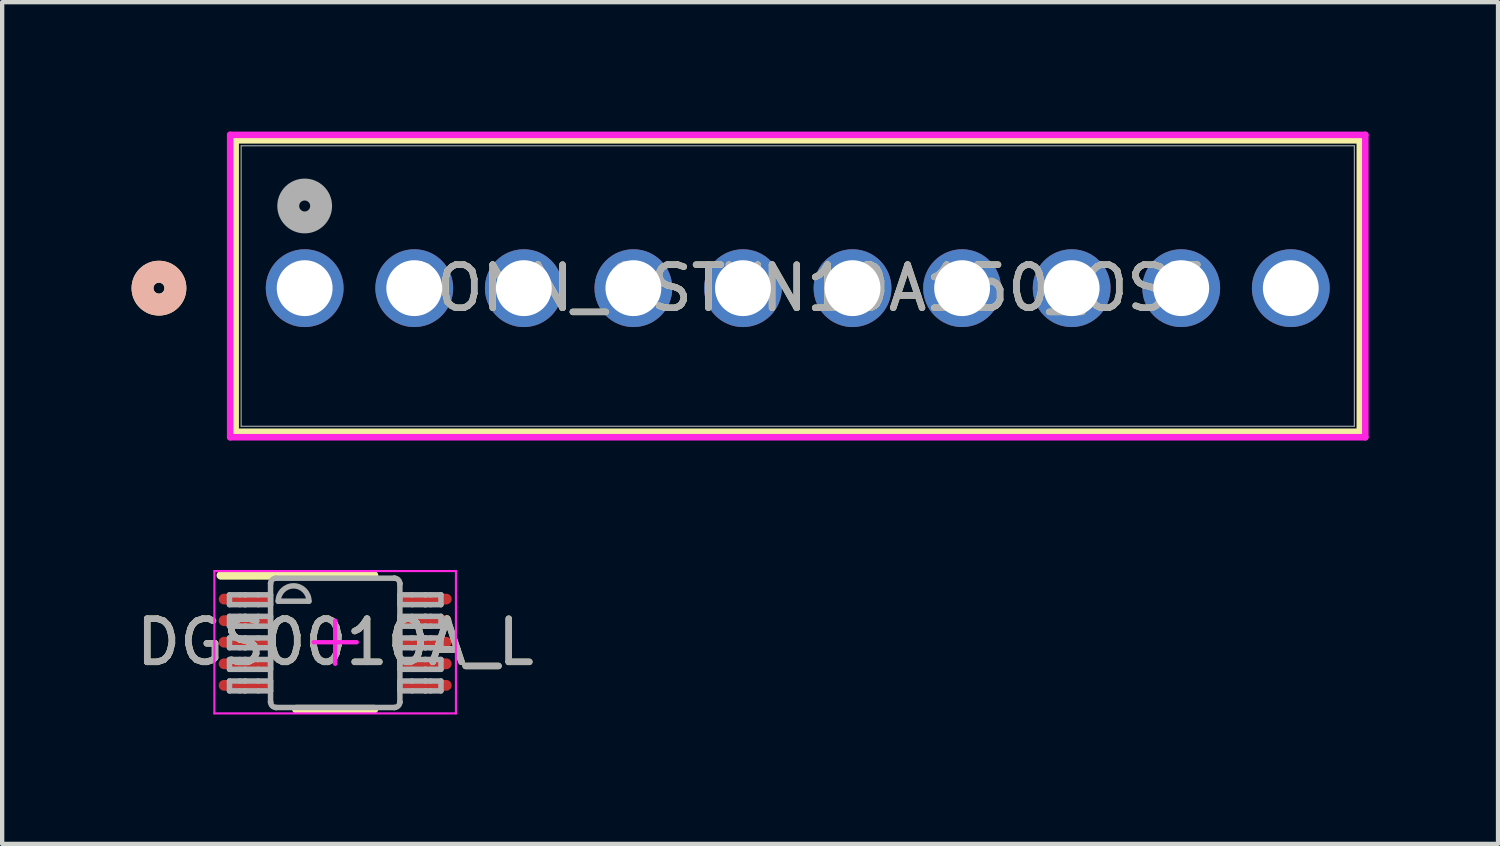
<source format=kicad_pcb>
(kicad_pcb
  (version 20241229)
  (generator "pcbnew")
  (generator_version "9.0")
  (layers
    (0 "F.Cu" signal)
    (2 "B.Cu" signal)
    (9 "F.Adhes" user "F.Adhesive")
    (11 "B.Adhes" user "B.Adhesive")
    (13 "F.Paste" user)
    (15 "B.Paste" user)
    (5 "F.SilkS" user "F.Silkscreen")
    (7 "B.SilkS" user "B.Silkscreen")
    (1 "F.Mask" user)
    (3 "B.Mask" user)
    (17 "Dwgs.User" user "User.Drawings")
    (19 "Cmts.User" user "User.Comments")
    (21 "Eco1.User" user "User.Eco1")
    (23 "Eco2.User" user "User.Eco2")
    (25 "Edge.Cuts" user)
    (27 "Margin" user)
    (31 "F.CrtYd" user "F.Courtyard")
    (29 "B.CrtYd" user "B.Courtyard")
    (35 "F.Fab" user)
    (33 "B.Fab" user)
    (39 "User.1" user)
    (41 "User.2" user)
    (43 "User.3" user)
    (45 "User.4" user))
  (footprint "CONN_OSTVN10A150_OST"
    (layer "F.Cu")
    (at 4.013 3.63)
    (property "Reference" "CONN_OSTVN10A150_OST" (at 11.43 0 0) (unlocked yes) (layer "F.SilkS") (effects (font (size 1 1) (thickness 0.15))))
    (attr through_hole)
    (fp_line (start -1.6 -3.427) (end -1.6 3.329) (stroke (width 0.152) (type solid)) (layer "F.SilkS"))
    (fp_line (start -1.6 3.329) (end 24.46 3.329) (stroke (width 0.152) (type solid)) (layer "F.SilkS"))
    (fp_line (start 24.46 -3.427) (end -1.6 -3.427) (stroke (width 0.152) (type solid)) (layer "F.SilkS"))
    (fp_line (start 24.46 3.329) (end 24.46 -3.427) (stroke (width 0.152) (type solid)) (layer "F.SilkS"))
    (fp_circle (center -3.378 0) (end -2.997 0) (stroke (width 0.508) (type solid)) (fill no) (layer "F.SilkS"))
    (fp_circle (center -3.378 0) (end -2.997 0) (stroke (width 0.508) (type solid)) (fill no) (layer "B.SilkS"))
    (fp_line (start -1.727 -3.554) (end -1.727 3.456) (stroke (width 0.152) (type solid)) (layer "F.CrtYd"))
    (fp_line (start -1.727 3.456) (end 24.587 3.456) (stroke (width 0.152) (type solid)) (layer "F.CrtYd"))
    (fp_line (start 24.587 -3.554) (end -1.727 -3.554) (stroke (width 0.152) (type solid)) (layer "F.CrtYd"))
    (fp_line (start 24.587 3.456) (end 24.587 -3.554) (stroke (width 0.152) (type solid)) (layer "F.CrtYd"))
    (fp_line (start -1.473 -3.3) (end -1.473 3.202) (stroke (width 0.025) (type solid)) (layer "F.Fab"))
    (fp_line (start -1.473 3.202) (end 24.333 3.202) (stroke (width 0.025) (type solid)) (layer "F.Fab"))
    (fp_line (start 24.333 -3.3) (end -1.473 -3.3) (stroke (width 0.025) (type solid)) (layer "F.Fab"))
    (fp_line (start 24.333 3.202) (end 24.333 -3.3) (stroke (width 0.025) (type solid)) (layer "F.Fab"))
    (fp_circle (center 0 -1.905) (end 0.381 -1.905) (stroke (width 0.508) (type solid)) (fill no) (layer "F.Fab"))
    (fp_text user "${REFERENCE}" (at 11.43 0 0) (unlocked yes) (layer "F.Fab") (effects (font (size 1 1) (thickness 0.15))))
    (pad "1" thru_hole circle (at 0 0) (size 1.803 1.803) (drill 1.295) (layers "*.Cu" "*.Mask"))
    (pad "2" thru_hole circle (at 2.54 0) (size 1.803 1.803) (drill 1.295) (layers "*.Cu" "*.Mask"))
    (pad "3" thru_hole circle (at 5.08 0) (size 1.803 1.803) (drill 1.295) (layers "*.Cu" "*.Mask"))
    (pad "4" thru_hole circle (at 7.62 0) (size 1.803 1.803) (drill 1.295) (layers "*.Cu" "*.Mask"))
    (pad "5" thru_hole circle (at 10.16 0) (size 1.803 1.803) (drill 1.295) (layers "*.Cu" "*.Mask"))
    (pad "6" thru_hole circle (at 12.7 0) (size 1.803 1.803) (drill 1.295) (layers "*.Cu" "*.Mask"))
    (pad "7" thru_hole circle (at 15.24 0) (size 1.803 1.803) (drill 1.295) (layers "*.Cu" "*.Mask"))
    (pad "8" thru_hole circle (at 17.78 0) (size 1.803 1.803) (drill 1.295) (layers "*.Cu" "*.Mask"))
    (pad "9" thru_hole circle (at 20.32 0) (size 1.803 1.803) (drill 1.295) (layers "*.Cu" "*.Mask"))
    (pad "10" thru_hole circle (at 22.86 0) (size 1.803 1.803) (drill 1.295) (layers "*.Cu" "*.Mask")))
  (footprint "DGS0010A_L"
    (layer "F.Cu")
    (at 4.72 11.838)
    (property "Reference" "DGS0010A_L" (at 0 0 0) (unlocked yes) (layer "F.SilkS") (effects (font (size 1 1) (thickness 0.15))))
    (attr smd)
    (fp_line (start -2.65 -1.55) (end 0.9 -1.55) (stroke (width 0.2) (type solid)) (layer "F.SilkS"))
    (fp_line (start -0.9 1.55) (end 0.9 1.55) (stroke (width 0.2) (type solid)) (layer "F.SilkS"))
    (fp_line (start -2.8 -1.65) (end 2.8 -1.65) (stroke (width 0.05) (type solid)) (layer "F.CrtYd"))
    (fp_line (start -2.8 1.65) (end -2.8 -1.65) (stroke (width 0.05) (type solid)) (layer "F.CrtYd"))
    (fp_line (start -2.8 1.65) (end 2.8 1.65) (stroke (width 0.05) (type solid)) (layer "F.CrtYd"))
    (fp_line (start -0.5 0.000003) (end 0.5 0.000003) (stroke (width 0.1) (type solid)) (layer "F.CrtYd"))
    (fp_line (start 0 0.5) (end 0 -0.5) (stroke (width 0.1) (type solid)) (layer "F.CrtYd"))
    (fp_line (start 2.8 1.65) (end 2.8 -1.65) (stroke (width 0.05) (type solid)) (layer "F.CrtYd"))
    (fp_line (start -2.45 -1.1) (end -2.21 -1.1) (stroke (width 0.127) (type solid)) (layer "F.Fab"))
    (fp_line (start -2.45 -0.871) (end -2.45 -1.1) (stroke (width 0.127) (type solid)) (layer "F.Fab"))
    (fp_line (start -2.45 -0.871) (end -2.21 -0.871) (stroke (width 0.127) (type solid)) (layer "F.Fab"))
    (fp_line (start -2.45 -0.6) (end -2.21 -0.6) (stroke (width 0.127) (type solid)) (layer "F.Fab"))
    (fp_line (start -2.45 -0.372) (end -2.45 -0.6) (stroke (width 0.127) (type solid)) (layer "F.Fab"))
    (fp_line (start -2.45 -0.372) (end -2.21 -0.372) (stroke (width 0.127) (type solid)) (layer "F.Fab"))
    (fp_line (start -2.45 -0.1) (end -2.21 -0.1) (stroke (width 0.127) (type solid)) (layer "F.Fab"))
    (fp_line (start -2.45 0.128) (end -2.45 -0.1) (stroke (width 0.127) (type solid)) (layer "F.Fab"))
    (fp_line (start -2.45 0.128) (end -2.21 0.128) (stroke (width 0.127) (type solid)) (layer "F.Fab"))
    (fp_line (start -2.45 0.4) (end -2.21 0.4) (stroke (width 0.127) (type solid)) (layer "F.Fab"))
    (fp_line (start -2.45 0.628) (end -2.45 0.4) (stroke (width 0.127) (type solid)) (layer "F.Fab"))
    (fp_line (start -2.45 0.628) (end -2.21 0.628) (stroke (width 0.127) (type solid)) (layer "F.Fab"))
    (fp_line (start -2.45 0.899) (end -2.21 0.899) (stroke (width 0.127) (type solid)) (layer "F.Fab"))
    (fp_line (start -2.45 1.128) (end -2.45 0.899) (stroke (width 0.127) (type solid)) (layer "F.Fab"))
    (fp_line (start -2.45 1.128) (end -2.21 1.128) (stroke (width 0.127) (type solid)) (layer "F.Fab"))
    (fp_line (start -2.21 -1.1) (end -2.09 -1.1) (stroke (width 0.127) (type solid)) (layer "F.Fab"))
    (fp_line (start -2.21 -0.871) (end -2.09 -0.871) (stroke (width 0.127) (type solid)) (layer "F.Fab"))
    (fp_line (start -2.21 -0.6) (end -2.09 -0.6) (stroke (width 0.127) (type solid)) (layer "F.Fab"))
    (fp_line (start -2.21 -0.372) (end -2.09 -0.372) (stroke (width 0.127) (type solid)) (layer "F.Fab"))
    (fp_line (start -2.21 -0.1) (end -2.09 -0.1) (stroke (width 0.127) (type solid)) (layer "F.Fab"))
    (fp_line (start -2.21 0.128) (end -2.09 0.128) (stroke (width 0.127) (type solid)) (layer "F.Fab"))
    (fp_line (start -2.21 0.4) (end -2.09 0.4) (stroke (width 0.127) (type solid)) (layer "F.Fab"))
    (fp_line (start -2.21 0.628) (end -2.09 0.628) (stroke (width 0.127) (type solid)) (layer "F.Fab"))
    (fp_line (start -2.21 0.899) (end -2.09 0.899) (stroke (width 0.127) (type solid)) (layer "F.Fab"))
    (fp_line (start -2.21 1.128) (end -2.09 1.128) (stroke (width 0.127) (type solid)) (layer "F.Fab"))
    (fp_line (start -2.09 -1.1) (end -2.087 -1.1) (stroke (width 0.127) (type solid)) (layer "F.Fab"))
    (fp_line (start -2.09 -0.871) (end -2.087 -0.871) (stroke (width 0.127) (type solid)) (layer "F.Fab"))
    (fp_line (start -2.09 -0.6) (end -2.087 -0.6) (stroke (width 0.127) (type solid)) (layer "F.Fab"))
    (fp_line (start -2.09 -0.372) (end -2.087 -0.372) (stroke (width 0.127) (type solid)) (layer "F.Fab"))
    (fp_line (start -2.09 -0.1) (end -2.087 -0.1) (stroke (width 0.127) (type solid)) (layer "F.Fab"))
    (fp_line (start -2.09 0.128) (end -2.087 0.128) (stroke (width 0.127) (type solid)) (layer "F.Fab"))
    (fp_line (start -2.09 0.4) (end -2.087 0.4) (stroke (width 0.127) (type solid)) (layer "F.Fab"))
    (fp_line (start -2.09 0.628) (end -2.087 0.628) (stroke (width 0.127) (type solid)) (layer "F.Fab"))
    (fp_line (start -2.09 0.899) (end -2.087 0.899) (stroke (width 0.127) (type solid)) (layer "F.Fab"))
    (fp_line (start -2.09 1.128) (end -2.087 1.128) (stroke (width 0.127) (type solid)) (layer "F.Fab"))
    (fp_line (start -2.087 -1.1) (end -1.784 -1.1) (stroke (width 0.127) (type solid)) (layer "F.Fab"))
    (fp_line (start -2.087 -0.871) (end -1.784 -0.871) (stroke (width 0.127) (type solid)) (layer "F.Fab"))
    (fp_line (start -2.087 -0.6) (end -1.784 -0.6) (stroke (width 0.127) (type solid)) (layer "F.Fab"))
    (fp_line (start -2.087 -0.372) (end -1.784 -0.372) (stroke (width 0.127) (type solid)) (layer "F.Fab"))
    (fp_line (start -2.087 -0.1) (end -1.784 -0.1) (stroke (width 0.127) (type solid)) (layer "F.Fab"))
    (fp_line (start -2.087 0.128) (end -1.784 0.128) (stroke (width 0.127) (type solid)) (layer "F.Fab"))
    (fp_line (start -2.087 0.4) (end -1.784 0.4) (stroke (width 0.127) (type solid)) (layer "F.Fab"))
    (fp_line (start -2.087 0.628) (end -1.784 0.628) (stroke (width 0.127) (type solid)) (layer "F.Fab"))
    (fp_line (start -2.087 0.899) (end -1.784 0.899) (stroke (width 0.127) (type solid)) (layer "F.Fab"))
    (fp_line (start -2.087 1.128) (end -1.784 1.128) (stroke (width 0.127) (type solid)) (layer "F.Fab"))
    (fp_line (start -1.784 -1.1) (end -1.498 -1.1) (stroke (width 0.127) (type solid)) (layer "F.Fab"))
    (fp_line (start -1.784 -0.871) (end -1.498 -0.871) (stroke (width 0.127) (type solid)) (layer "F.Fab"))
    (fp_line (start -1.784 -0.6) (end -1.498 -0.6) (stroke (width 0.127) (type solid)) (layer "F.Fab"))
    (fp_line (start -1.784 -0.372) (end -1.498 -0.372) (stroke (width 0.127) (type solid)) (layer "F.Fab"))
    (fp_line (start -1.784 -0.1) (end -1.498 -0.1) (stroke (width 0.127) (type solid)) (layer "F.Fab"))
    (fp_line (start -1.784 0.128) (end -1.498 0.128) (stroke (width 0.127) (type solid)) (layer "F.Fab"))
    (fp_line (start -1.784 0.4) (end -1.498 0.4) (stroke (width 0.127) (type solid)) (layer "F.Fab"))
    (fp_line (start -1.784 0.628) (end -1.498 0.628) (stroke (width 0.127) (type solid)) (layer "F.Fab"))
    (fp_line (start -1.784 0.899) (end -1.498 0.899) (stroke (width 0.127) (type solid)) (layer "F.Fab"))
    (fp_line (start -1.784 1.128) (end -1.498 1.128) (stroke (width 0.127) (type solid)) (layer "F.Fab"))
    (fp_line (start -1.498 -1.358) (end -1.497 -1.36) (stroke (width 0.127) (type solid)) (layer "F.Fab"))
    (fp_line (start -1.498 -0.871) (end -1.498 -1.1) (stroke (width 0.127) (type solid)) (layer "F.Fab"))
    (fp_line (start -1.498 -0.372) (end -1.498 -0.6) (stroke (width 0.127) (type solid)) (layer "F.Fab"))
    (fp_line (start -1.498 0.128) (end -1.498 -0.1) (stroke (width 0.127) (type solid)) (layer "F.Fab"))
    (fp_line (start -1.498 0.628) (end -1.498 0.4) (stroke (width 0.127) (type solid)) (layer "F.Fab"))
    (fp_line (start -1.498 1.128) (end -1.498 0.899) (stroke (width 0.127) (type solid)) (layer "F.Fab"))
    (fp_line (start -1.498 1.386) (end -1.498 -1.358) (stroke (width 0.127) (type solid)) (layer "F.Fab"))
    (fp_line (start -1.498 1.386) (end -1.497 1.388) (stroke (width 0.127) (type solid)) (layer "F.Fab"))
    (fp_line (start -1.373 -1.485) (end -1.371 -1.485) (stroke (width 0.127) (type solid)) (layer "F.Fab"))
    (fp_line (start -1.373 1.513) (end -1.371 1.513) (stroke (width 0.127) (type solid)) (layer "F.Fab"))
    (fp_line (start -1.371 -1.485) (end 1.373 -1.485) (stroke (width 0.127) (type solid)) (layer "F.Fab"))
    (fp_line (start -1.371 1.513) (end 1.373 1.513) (stroke (width 0.127) (type solid)) (layer "F.Fab"))
    (fp_line (start -1.32 -0.951) (end -0.609 -0.951) (stroke (width 0.127) (type solid)) (layer "F.Fab"))
    (fp_line (start 1.373 -1.485) (end 1.375 -1.485) (stroke (width 0.127) (type solid)) (layer "F.Fab"))
    (fp_line (start 1.373 1.513) (end 1.375 1.513) (stroke (width 0.127) (type solid)) (layer "F.Fab"))
    (fp_line (start 1.5 -1.36) (end 1.5 -1.358) (stroke (width 0.127) (type solid)) (layer "F.Fab"))
    (fp_line (start 1.5 1.388) (end 1.5 1.386) (stroke (width 0.127) (type solid)) (layer "F.Fab"))
    (fp_line (start 1.5 -1.1) (end 1.786 -1.1) (stroke (width 0.127) (type solid)) (layer "F.Fab"))
    (fp_line (start 1.5 -0.871) (end 1.5 -1.1) (stroke (width 0.127) (type solid)) (layer "F.Fab"))
    (fp_line (start 1.5 -0.871) (end 1.786 -0.871) (stroke (width 0.127) (type solid)) (layer "F.Fab"))
    (fp_line (start 1.5 -0.6) (end 1.786 -0.6) (stroke (width 0.127) (type solid)) (layer "F.Fab"))
    (fp_line (start 1.5 -0.372) (end 1.5 -0.6) (stroke (width 0.127) (type solid)) (layer "F.Fab"))
    (fp_line (start 1.5 -0.372) (end 1.786 -0.372) (stroke (width 0.127) (type solid)) (layer "F.Fab"))
    (fp_line (start 1.5 -0.1) (end 1.786 -0.1) (stroke (width 0.127) (type solid)) (layer "F.Fab"))
    (fp_line (start 1.5 0.128) (end 1.5 -0.1) (stroke (width 0.127) (type solid)) (layer "F.Fab"))
    (fp_line (start 1.5 0.128) (end 1.786 0.128) (stroke (width 0.127) (type solid)) (layer "F.Fab"))
    (fp_line (start 1.5 0.4) (end 1.786 0.4) (stroke (width 0.127) (type solid)) (layer "F.Fab"))
    (fp_line (start 1.5 0.628) (end 1.5 0.4) (stroke (width 0.127) (type solid)) (layer "F.Fab"))
    (fp_line (start 1.5 0.628) (end 1.786 0.628) (stroke (width 0.127) (type solid)) (layer "F.Fab"))
    (fp_line (start 1.5 0.899) (end 1.786 0.899) (stroke (width 0.127) (type solid)) (layer "F.Fab"))
    (fp_line (start 1.5 1.128) (end 1.5 0.899) (stroke (width 0.127) (type solid)) (layer "F.Fab"))
    (fp_line (start 1.5 1.128) (end 1.786 1.128) (stroke (width 0.127) (type solid)) (layer "F.Fab"))
    (fp_line (start 1.5 1.386) (end 1.5 -1.358) (stroke (width 0.127) (type solid)) (layer "F.Fab"))
    (fp_line (start 1.786 -1.1) (end 2.089 -1.1) (stroke (width 0.127) (type solid)) (layer "F.Fab"))
    (fp_line (start 1.786 -0.871) (end 2.089 -0.871) (stroke (width 0.127) (type solid)) (layer "F.Fab"))
    (fp_line (start 1.786 -0.6) (end 2.089 -0.6) (stroke (width 0.127) (type solid)) (layer "F.Fab"))
    (fp_line (start 1.786 -0.372) (end 2.089 -0.372) (stroke (width 0.127) (type solid)) (layer "F.Fab"))
    (fp_line (start 1.786 -0.1) (end 2.089 -0.1) (stroke (width 0.127) (type solid)) (layer "F.Fab"))
    (fp_line (start 1.786 0.128) (end 2.089 0.128) (stroke (width 0.127) (type solid)) (layer "F.Fab"))
    (fp_line (start 1.786 0.4) (end 2.089 0.4) (stroke (width 0.127) (type solid)) (layer "F.Fab"))
    (fp_line (start 1.786 0.628) (end 2.089 0.628) (stroke (width 0.127) (type solid)) (layer "F.Fab"))
    (fp_line (start 1.786 0.899) (end 2.089 0.899) (stroke (width 0.127) (type solid)) (layer "F.Fab"))
    (fp_line (start 1.786 1.128) (end 2.089 1.128) (stroke (width 0.127) (type solid)) (layer "F.Fab"))
    (fp_line (start 2.089 -1.1) (end 2.093 -1.1) (stroke (width 0.127) (type solid)) (layer "F.Fab"))
    (fp_line (start 2.089 -0.871) (end 2.093 -0.871) (stroke (width 0.127) (type solid)) (layer "F.Fab"))
    (fp_line (start 2.089 -0.6) (end 2.093 -0.6) (stroke (width 0.127) (type solid)) (layer "F.Fab"))
    (fp_line (start 2.089 -0.372) (end 2.093 -0.372) (stroke (width 0.127) (type solid)) (layer "F.Fab"))
    (fp_line (start 2.089 -0.1) (end 2.093 -0.1) (stroke (width 0.127) (type solid)) (layer "F.Fab"))
    (fp_line (start 2.089 0.128) (end 2.093 0.128) (stroke (width 0.127) (type solid)) (layer "F.Fab"))
    (fp_line (start 2.089 0.4) (end 2.093 0.4) (stroke (width 0.127) (type solid)) (layer "F.Fab"))
    (fp_line (start 2.089 0.628) (end 2.093 0.628) (stroke (width 0.127) (type solid)) (layer "F.Fab"))
    (fp_line (start 2.089 0.899) (end 2.093 0.899) (stroke (width 0.127) (type solid)) (layer "F.Fab"))
    (fp_line (start 2.089 1.128) (end 2.093 1.128) (stroke (width 0.127) (type solid)) (layer "F.Fab"))
    (fp_line (start 2.093 -1.1) (end 2.213 -1.1) (stroke (width 0.127) (type solid)) (layer "F.Fab"))
    (fp_line (start 2.093 -0.871) (end 2.213 -0.871) (stroke (width 0.127) (type solid)) (layer "F.Fab"))
    (fp_line (start 2.093 -0.6) (end 2.213 -0.6) (stroke (width 0.127) (type solid)) (layer "F.Fab"))
    (fp_line (start 2.093 -0.372) (end 2.213 -0.372) (stroke (width 0.127) (type solid)) (layer "F.Fab"))
    (fp_line (start 2.093 -0.1) (end 2.213 -0.1) (stroke (width 0.127) (type solid)) (layer "F.Fab"))
    (fp_line (start 2.093 0.128) (end 2.213 0.128) (stroke (width 0.127) (type solid)) (layer "F.Fab"))
    (fp_line (start 2.093 0.4) (end 2.213 0.4) (stroke (width 0.127) (type solid)) (layer "F.Fab"))
    (fp_line (start 2.093 0.628) (end 2.213 0.628) (stroke (width 0.127) (type solid)) (layer "F.Fab"))
    (fp_line (start 2.093 0.899) (end 2.213 0.899) (stroke (width 0.127) (type solid)) (layer "F.Fab"))
    (fp_line (start 2.093 1.128) (end 2.213 1.128) (stroke (width 0.127) (type solid)) (layer "F.Fab"))
    (fp_line (start 2.213 -1.1) (end 2.452 -1.1) (stroke (width 0.127) (type solid)) (layer "F.Fab"))
    (fp_line (start 2.213 -0.871) (end 2.452 -0.871) (stroke (width 0.127) (type solid)) (layer "F.Fab"))
    (fp_line (start 2.213 -0.6) (end 2.452 -0.6) (stroke (width 0.127) (type solid)) (layer "F.Fab"))
    (fp_line (start 2.213 -0.372) (end 2.452 -0.372) (stroke (width 0.127) (type solid)) (layer "F.Fab"))
    (fp_line (start 2.213 -0.1) (end 2.452 -0.1) (stroke (width 0.127) (type solid)) (layer "F.Fab"))
    (fp_line (start 2.213 0.128) (end 2.452 0.128) (stroke (width 0.127) (type solid)) (layer "F.Fab"))
    (fp_line (start 2.213 0.4) (end 2.452 0.4) (stroke (width 0.127) (type solid)) (layer "F.Fab"))
    (fp_line (start 2.213 0.628) (end 2.452 0.628) (stroke (width 0.127) (type solid)) (layer "F.Fab"))
    (fp_line (start 2.213 0.899) (end 2.452 0.899) (stroke (width 0.127) (type solid)) (layer "F.Fab"))
    (fp_line (start 2.213 1.128) (end 2.452 1.128) (stroke (width 0.127) (type solid)) (layer "F.Fab"))
    (fp_line (start 2.452 -0.871) (end 2.452 -1.1) (stroke (width 0.127) (type solid)) (layer "F.Fab"))
    (fp_line (start 2.452 -0.372) (end 2.452 -0.6) (stroke (width 0.127) (type solid)) (layer "F.Fab"))
    (fp_line (start 2.452 0.128) (end 2.452 -0.1) (stroke (width 0.127) (type solid)) (layer "F.Fab"))
    (fp_line (start 2.452 0.628) (end 2.452 0.4) (stroke (width 0.127) (type solid)) (layer "F.Fab"))
    (fp_line (start 2.452 1.128) (end 2.452 0.899) (stroke (width 0.127) (type solid)) (layer "F.Fab"))
    (fp_arc (start -1.49745 -1.360299) (mid -1.460293 -1.447356) (end -1.373243 -1.484531) (stroke (width 0.127) (type solid)) (layer "F.Fab"))
    (fp_arc (start -1.373243 1.512619) (mid -1.460293 1.475444) (end -1.49745 1.388386) (stroke (width 0.127) (type solid)) (layer "F.Fab"))
    (fp_arc (start -1.3197 -0.951156) (mid -0.9641 -1.306756) (end -0.6085 -0.951156) (stroke (width 0.127) (type solid)) (layer "F.Fab"))
    (fp_arc (start 1.375443 -1.484532) (mid 1.462505 -1.447362) (end 1.499675 -1.360299) (stroke (width 0.127) (type solid)) (layer "F.Fab"))
    (fp_arc (start 1.499675 1.388387) (mid 1.462505 1.475449) (end 1.375443 1.512619) (stroke (width 0.127) (type solid)) (layer "F.Fab"))
    (fp_text user "${REFERENCE}" (at 0 0 0) (unlocked yes) (layer "F.Fab") (effects (font (size 1 1) (thickness 0.15))))
    (pad "1" smd oval (at -2.125 -1 90) (size 0.25 1.15) (layers "F.Cu" "F.Mask" "F.Paste"))
    (pad "2" smd oval (at -2.125 -0.5 90) (size 0.25 1.15) (layers "F.Cu" "F.Mask" "F.Paste"))
    (pad "3" smd oval (at -2.125 0 90) (size 0.25 1.15) (layers "F.Cu" "F.Mask" "F.Paste"))
    (pad "4" smd oval (at -2.125 0.5 90) (size 0.25 1.15) (layers "F.Cu" "F.Mask" "F.Paste"))
    (pad "5" smd oval (at -2.125 1 90) (size 0.25 1.15) (layers "F.Cu" "F.Mask" "F.Paste"))
    (pad "6" smd oval (at 2.125 1 90) (size 0.25 1.15) (layers "F.Cu" "F.Mask" "F.Paste"))
    (pad "7" smd oval (at 2.125 0.5 90) (size 0.25 1.15) (layers "F.Cu" "F.Mask" "F.Paste"))
    (pad "8" smd oval (at 2.125 0 90) (size 0.25 1.15) (layers "F.Cu" "F.Mask" "F.Paste"))
    (pad "9" smd oval (at 2.125 -0.5 90) (size 0.25 1.15) (layers "F.Cu" "F.Mask" "F.Paste"))
    (pad "10" smd oval (at 2.125 -1 90) (size 0.25 1.15) (layers "F.Cu" "F.Mask" "F.Paste")))
  (gr_rect
    (start -3 -3)
    (end 31.677 16.513)
    (stroke (width 0.1) (type default))
    (fill no)
    (layer "Edge.Cuts")))
</source>
